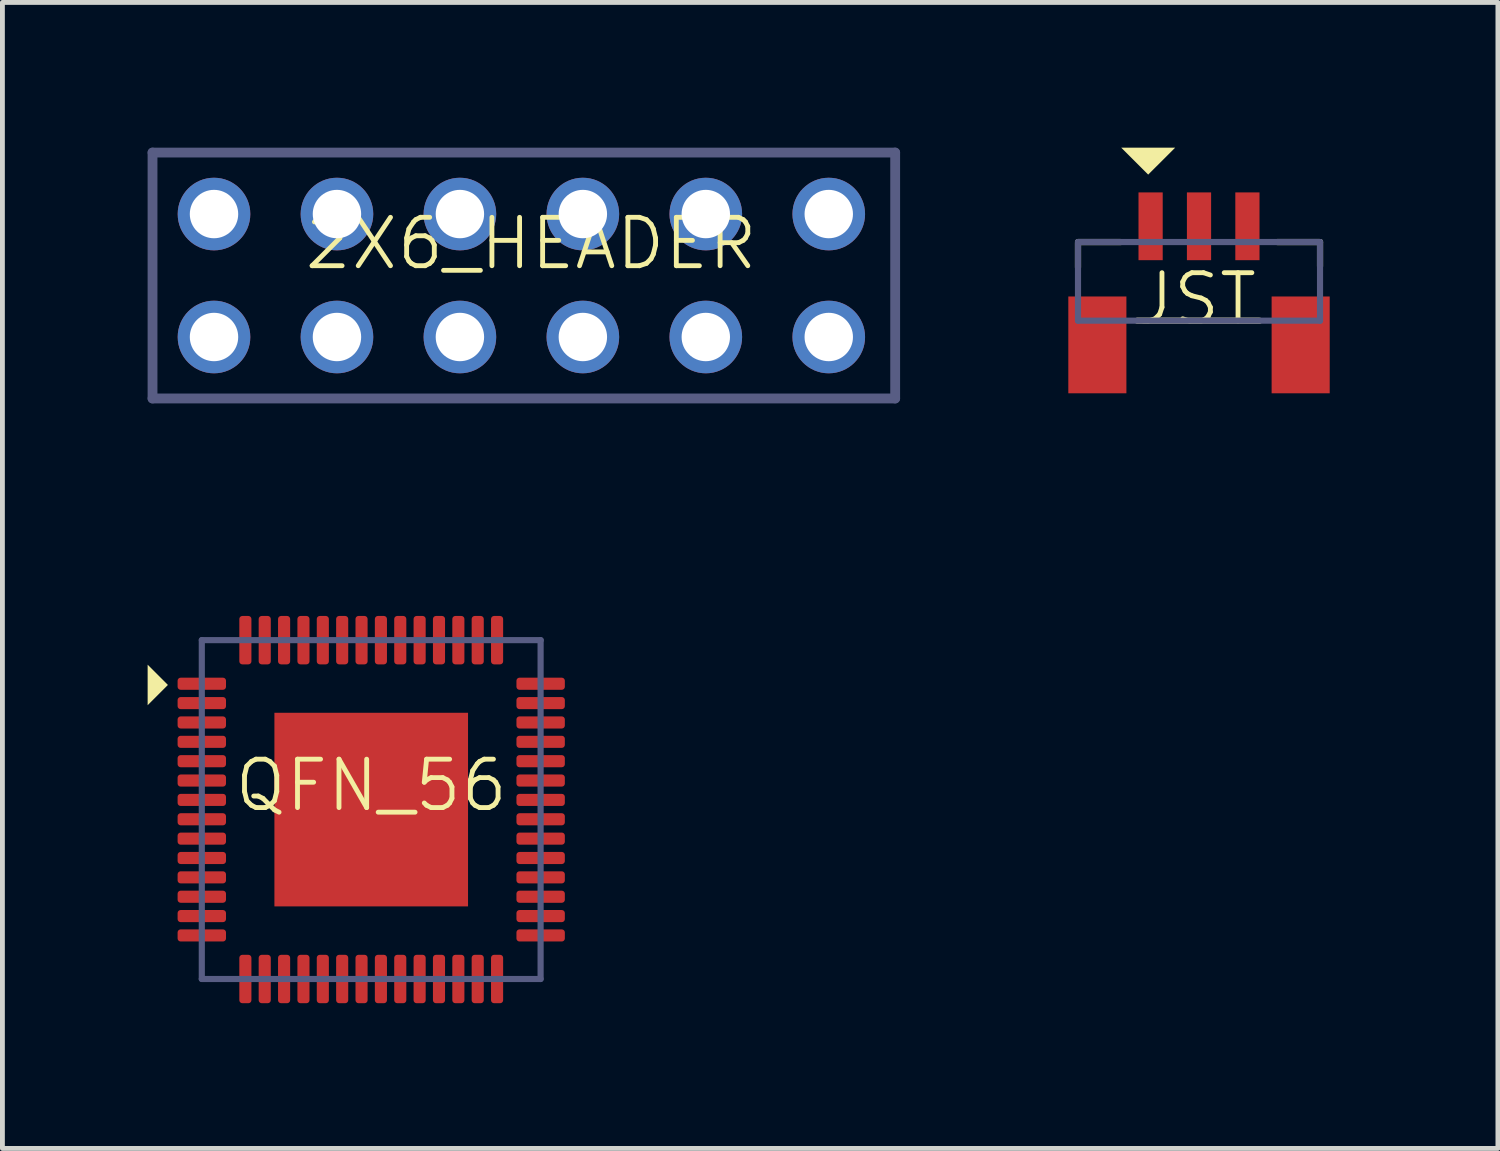
<source format=kicad_pcb>
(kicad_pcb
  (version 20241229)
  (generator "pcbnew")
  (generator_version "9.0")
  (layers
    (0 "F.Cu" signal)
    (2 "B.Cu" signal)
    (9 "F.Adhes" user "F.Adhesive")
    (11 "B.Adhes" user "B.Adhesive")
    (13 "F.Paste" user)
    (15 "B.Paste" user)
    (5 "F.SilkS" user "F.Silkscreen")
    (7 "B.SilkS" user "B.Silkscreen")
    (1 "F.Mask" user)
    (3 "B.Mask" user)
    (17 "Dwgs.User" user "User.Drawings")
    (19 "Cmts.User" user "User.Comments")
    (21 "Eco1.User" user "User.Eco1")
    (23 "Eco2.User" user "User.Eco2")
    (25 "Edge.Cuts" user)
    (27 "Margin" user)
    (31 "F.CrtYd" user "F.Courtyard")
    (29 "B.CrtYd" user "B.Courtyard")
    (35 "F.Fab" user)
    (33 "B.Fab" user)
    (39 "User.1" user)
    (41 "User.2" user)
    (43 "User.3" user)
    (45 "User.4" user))
  (footprint "2X6_HEADER"
    (layer "F.Cu")
    (at 7.922 2.492)
    (property "Reference" "2X6_HEADER" (at 0 -0.51 0) (unlocked yes) (layer "F.SilkS") (effects (font (size 1 1) (thickness 0.1))))
    (attr smd)
    (fp_line (start -7.821 -2.39) (end 7.521 -2.39) (stroke (width 0.203) (type solid)) (layer "B.Fab"))
    (fp_line (start -7.821 2.69) (end -7.821 -2.39) (stroke (width 0.203) (type solid)) (layer "B.Fab"))
    (fp_line (start -7.821 2.69) (end 7.521 2.69) (stroke (width 0.203) (type solid)) (layer "B.Fab"))
    (fp_line (start 7.521 2.69) (end 7.521 -2.39) (stroke (width 0.203) (type solid)) (layer "B.Fab"))
    (pad "1" thru_hole circle (at -6.551 1.42 180) (size 1.5 1.5) (drill 1) (layers "*.Cu" "*.Mask"))
    (pad "2" thru_hole circle (at -6.551 -1.12) (size 1.5 1.5) (drill 1) (layers "*.Cu" "*.Mask"))
    (pad "3" thru_hole circle (at -4.011 1.42) (size 1.5 1.5) (drill 1) (layers "*.Cu" "*.Mask"))
    (pad "4" thru_hole circle (at -4.011 -1.12) (size 1.5 1.5) (drill 1) (layers "*.Cu" "*.Mask"))
    (pad "5" thru_hole circle (at -1.471 1.42) (size 1.5 1.5) (drill 1) (layers "*.Cu" "*.Mask"))
    (pad "6" thru_hole circle (at -1.471 -1.12) (size 1.5 1.5) (drill 1) (layers "*.Cu" "*.Mask"))
    (pad "7" thru_hole circle (at 1.069 1.42 180) (size 1.5 1.5) (drill 1) (layers "*.Cu" "*.Mask"))
    (pad "8" thru_hole circle (at 1.069 -1.12) (size 1.5 1.5) (drill 1) (layers "*.Cu" "*.Mask"))
    (pad "9" thru_hole circle (at 3.609 1.42) (size 1.5 1.5) (drill 1) (layers "*.Cu" "*.Mask"))
    (pad "10" thru_hole circle (at 3.609 -1.12) (size 1.5 1.5) (drill 1) (layers "*.Cu" "*.Mask"))
    (pad "11" thru_hole circle (at 6.149 1.42) (size 1.5 1.5) (drill 1) (layers "*.Cu" "*.Mask"))
    (pad "12" thru_hole circle (at 6.149 -1.12) (size 1.5 1.5) (drill 1) (layers "*.Cu" "*.Mask")))
  (footprint "QFN_56"
    (layer "F.Cu")
    (at 4.62 13.676)
    (property "Reference" "QFN_56" (at 0 -0.5 0) (unlocked yes) (layer "F.SilkS") (effects (font (size 1 1) (thickness 0.1))))
    (attr smd)
    (fp_line (start -3.502 3.499) (end -3.502 2.828) (stroke (width 0.076) (type solid)) (layer "F.SilkS"))
    (fp_line (start -3.502 3.499) (end -3.501 3.498) (stroke (width 0.051) (type solid)) (layer "F.SilkS"))
    (fp_line (start -3.502 3.499) (end -2.84 3.499) (stroke (width 0.076) (type solid)) (layer "F.SilkS"))
    (fp_line (start -3.501 -3.502) (end -2.843 -3.502) (stroke (width 0.076) (type solid)) (layer "F.SilkS"))
    (fp_line (start -3.501 -2.836) (end -3.501 -3.502) (stroke (width 0.076) (type solid)) (layer "F.SilkS"))
    (fp_line (start 2.826 -3.5) (end 3.502 -3.5) (stroke (width 0.076) (type solid)) (layer "F.SilkS"))
    (fp_line (start 2.826 3.499) (end 3.498 3.499) (stroke (width 0.076) (type solid)) (layer "F.SilkS"))
    (fp_line (start 3.498 3.499) (end 3.498 3.499) (stroke (width 0.051) (type solid)) (layer "F.SilkS"))
    (fp_line (start 3.498 -3.499) (end 3.501 -3.502) (stroke (width 0.051) (type solid)) (layer "F.SilkS"))
    (fp_line (start 3.498 3.499) (end 3.498 2.826) (stroke (width 0.076) (type solid)) (layer "F.SilkS"))
    (fp_line (start 3.502 -2.841) (end 3.502 -3.5) (stroke (width 0.076) (type solid)) (layer "F.SilkS"))
    (fp_poly (pts (xy -4.201 -2.576) (xy -4.62 -2.157) (xy -4.62 -2.995)) (stroke (width 0) (type default)) (fill yes) (layer "F.SilkS"))
    (fp_line (start -3.502 3.499) (end 3.498 3.499) (stroke (width 0.127) (type solid)) (layer "B.Fab"))
    (fp_line (start -3.501 -3.502) (end 3.501 -3.502) (stroke (width 0.127) (type solid)) (layer "B.Fab"))
    (fp_line (start -3.501 3.498) (end -3.501 -3.502) (stroke (width 0.127) (type solid)) (layer "B.Fab"))
    (fp_line (start 3.498 3.499) (end 3.498 -3.499) (stroke (width 0.127) (type solid)) (layer "B.Fab"))
    (pad "1" smd roundrect (at -3.501 -2.601) (size 1 0.25) (layers "F.Cu" "F.Mask" "F.Paste") (roundrect_rratio 0.25))
    (pad "2" smd roundrect (at -3.501 -2.201) (size 1 0.25) (layers "F.Cu" "F.Mask" "F.Paste") (roundrect_rratio 0.25))
    (pad "3" smd roundrect (at -3.501 -1.801) (size 1 0.25) (layers "F.Cu" "F.Mask" "F.Paste") (roundrect_rratio 0.25))
    (pad "4" smd roundrect (at -3.501 -1.401) (size 1 0.25) (layers "F.Cu" "F.Mask" "F.Paste") (roundrect_rratio 0.25))
    (pad "5" smd roundrect (at -3.501 -1.001) (size 1 0.25) (layers "F.Cu" "F.Mask" "F.Paste") (roundrect_rratio 0.25))
    (pad "6" smd roundrect (at -3.501 -0.601) (size 1 0.25) (layers "F.Cu" "F.Mask" "F.Paste") (roundrect_rratio 0.25))
    (pad "7" smd roundrect (at -3.501 -0.201) (size 1 0.25) (layers "F.Cu" "F.Mask" "F.Paste") (roundrect_rratio 0.25))
    (pad "8" smd roundrect (at -3.501 0.199) (size 1 0.25) (layers "F.Cu" "F.Mask" "F.Paste") (roundrect_rratio 0.25))
    (pad "9" smd roundrect (at -3.501 0.599) (size 1 0.25) (layers "F.Cu" "F.Mask" "F.Paste") (roundrect_rratio 0.25))
    (pad "10" smd roundrect (at -3.501 0.999) (size 1 0.25) (layers "F.Cu" "F.Mask" "F.Paste") (roundrect_rratio 0.25))
    (pad "11" smd roundrect (at -3.501 1.399) (size 1 0.25) (layers "F.Cu" "F.Mask" "F.Paste") (roundrect_rratio 0.25))
    (pad "12" smd roundrect (at -3.501 1.799) (size 1 0.25) (layers "F.Cu" "F.Mask" "F.Paste") (roundrect_rratio 0.25))
    (pad "13" smd roundrect (at -3.501 2.199) (size 1 0.25) (layers "F.Cu" "F.Mask" "F.Paste") (roundrect_rratio 0.25))
    (pad "14" smd roundrect (at -3.501 2.599) (size 1 0.25) (layers "F.Cu" "F.Mask" "F.Paste") (roundrect_rratio 0.25))
    (pad "15" smd roundrect (at -2.601 3.499 90) (size 1 0.25) (layers "F.Cu" "F.Mask" "F.Paste") (roundrect_rratio 0.25))
    (pad "16" smd roundrect (at -2.201 3.499 90) (size 1 0.25) (layers "F.Cu" "F.Mask" "F.Paste") (roundrect_rratio 0.25))
    (pad "17" smd roundrect (at -1.801 3.499 90) (size 1 0.25) (layers "F.Cu" "F.Mask" "F.Paste") (roundrect_rratio 0.25))
    (pad "18" smd roundrect (at -1.401 3.499 90) (size 1 0.25) (layers "F.Cu" "F.Mask" "F.Paste") (roundrect_rratio 0.25))
    (pad "19" smd roundrect (at -1.001 3.499 90) (size 1 0.25) (layers "F.Cu" "F.Mask" "F.Paste") (roundrect_rratio 0.25))
    (pad "20" smd roundrect (at -0.601 3.499 90) (size 1 0.25) (layers "F.Cu" "F.Mask" "F.Paste") (roundrect_rratio 0.25))
    (pad "21" smd roundrect (at -0.201 3.499 90) (size 1 0.25) (layers "F.Cu" "F.Mask" "F.Paste") (roundrect_rratio 0.25))
    (pad "22" smd roundrect (at 0.199 3.499 90) (size 1 0.25) (layers "F.Cu" "F.Mask" "F.Paste") (roundrect_rratio 0.25))
    (pad "23" smd roundrect (at 0.599 3.499 90) (size 1 0.25) (layers "F.Cu" "F.Mask" "F.Paste") (roundrect_rratio 0.25))
    (pad "24" smd roundrect (at 0.999 3.499 90) (size 1 0.25) (layers "F.Cu" "F.Mask" "F.Paste") (roundrect_rratio 0.25))
    (pad "25" smd roundrect (at 1.399 3.499 90) (size 1 0.25) (layers "F.Cu" "F.Mask" "F.Paste") (roundrect_rratio 0.25))
    (pad "26" smd roundrect (at 1.799 3.499 90) (size 1 0.25) (layers "F.Cu" "F.Mask" "F.Paste") (roundrect_rratio 0.25))
    (pad "27" smd roundrect (at 2.199 3.499 90) (size 1 0.25) (layers "F.Cu" "F.Mask" "F.Paste") (roundrect_rratio 0.25))
    (pad "28" smd roundrect (at 2.599 3.499 90) (size 1 0.25) (layers "F.Cu" "F.Mask" "F.Paste") (roundrect_rratio 0.25))
    (pad "29" smd roundrect (at 3.499 2.599 180) (size 1 0.25) (layers "F.Cu" "F.Mask" "F.Paste") (roundrect_rratio 0.25))
    (pad "30" smd roundrect (at 3.499 2.199 180) (size 1 0.25) (layers "F.Cu" "F.Mask" "F.Paste") (roundrect_rratio 0.25))
    (pad "31" smd roundrect (at 3.499 1.799 180) (size 1 0.25) (layers "F.Cu" "F.Mask" "F.Paste") (roundrect_rratio 0.25))
    (pad "32" smd roundrect (at 3.499 1.399 180) (size 1 0.25) (layers "F.Cu" "F.Mask" "F.Paste") (roundrect_rratio 0.25))
    (pad "33" smd roundrect (at 3.499 0.999 180) (size 1 0.25) (layers "F.Cu" "F.Mask" "F.Paste") (roundrect_rratio 0.25))
    (pad "34" smd roundrect (at 3.499 0.599 180) (size 1 0.25) (layers "F.Cu" "F.Mask" "F.Paste") (roundrect_rratio 0.25))
    (pad "35" smd roundrect (at 3.499 0.199 180) (size 1 0.25) (layers "F.Cu" "F.Mask" "F.Paste") (roundrect_rratio 0.25))
    (pad "36" smd roundrect (at 3.499 -0.201 180) (size 1 0.25) (layers "F.Cu" "F.Mask" "F.Paste") (roundrect_rratio 0.25))
    (pad "37" smd roundrect (at 3.499 -0.601 180) (size 1 0.25) (layers "F.Cu" "F.Mask" "F.Paste") (roundrect_rratio 0.25))
    (pad "38" smd roundrect (at 3.499 -1.001 180) (size 1 0.25) (layers "F.Cu" "F.Mask" "F.Paste") (roundrect_rratio 0.25))
    (pad "39" smd roundrect (at 3.499 -1.401 180) (size 1 0.25) (layers "F.Cu" "F.Mask" "F.Paste") (roundrect_rratio 0.25))
    (pad "40" smd roundrect (at 3.499 -1.801 180) (size 1 0.25) (layers "F.Cu" "F.Mask" "F.Paste") (roundrect_rratio 0.25))
    (pad "41" smd roundrect (at 3.499 -2.201 180) (size 1 0.25) (layers "F.Cu" "F.Mask" "F.Paste") (roundrect_rratio 0.25))
    (pad "42" smd roundrect (at 3.499 -2.601 180) (size 1 0.25) (layers "F.Cu" "F.Mask" "F.Paste") (roundrect_rratio 0.25))
    (pad "43" smd roundrect (at 2.599 -3.501 270) (size 1 0.25) (layers "F.Cu" "F.Mask" "F.Paste") (roundrect_rratio 0.25))
    (pad "44" smd roundrect (at 2.199 -3.501 270) (size 1 0.25) (layers "F.Cu" "F.Mask" "F.Paste") (roundrect_rratio 0.25))
    (pad "45" smd roundrect (at 1.799 -3.501 270) (size 1 0.25) (layers "F.Cu" "F.Mask" "F.Paste") (roundrect_rratio 0.25))
    (pad "46" smd roundrect (at 1.399 -3.501 270) (size 1 0.25) (layers "F.Cu" "F.Mask" "F.Paste") (roundrect_rratio 0.25))
    (pad "47" smd roundrect (at 0.999 -3.501 270) (size 1 0.25) (layers "F.Cu" "F.Mask" "F.Paste") (roundrect_rratio 0.25))
    (pad "48" smd roundrect (at 0.599 -3.501 270) (size 1 0.25) (layers "F.Cu" "F.Mask" "F.Paste") (roundrect_rratio 0.25))
    (pad "49" smd roundrect (at 0.199 -3.501 270) (size 1 0.25) (layers "F.Cu" "F.Mask" "F.Paste") (roundrect_rratio 0.25))
    (pad "50" smd roundrect (at -0.201 -3.501 270) (size 1 0.25) (layers "F.Cu" "F.Mask" "F.Paste") (roundrect_rratio 0.25))
    (pad "51" smd roundrect (at -0.601 -3.501 270) (size 1 0.25) (layers "F.Cu" "F.Mask" "F.Paste") (roundrect_rratio 0.25))
    (pad "52" smd roundrect (at -1.001 -3.501 270) (size 1 0.25) (layers "F.Cu" "F.Mask" "F.Paste") (roundrect_rratio 0.25))
    (pad "53" smd roundrect (at -1.401 -3.501 270) (size 1 0.25) (layers "F.Cu" "F.Mask" "F.Paste") (roundrect_rratio 0.25))
    (pad "54" smd roundrect (at -1.801 -3.501 270) (size 1 0.25) (layers "F.Cu" "F.Mask" "F.Paste") (roundrect_rratio 0.25))
    (pad "55" smd roundrect (at -2.201 -3.501 270) (size 1 0.25) (layers "F.Cu" "F.Mask" "F.Paste") (roundrect_rratio 0.25))
    (pad "56" smd roundrect (at -2.601 -3.501 270) (size 1 0.25) (layers "F.Cu" "F.Mask" "F.Paste") (roundrect_rratio 0.25))
    (pad "57" smd rect (at -0.001 -0.001) (size 4 4) (layers "F.Cu" "F.Mask" "F.Paste")))
  (footprint "JST"
    (layer "F.Cu")
    (at 21.669 3.626)
    (property "Reference" "JST" (at 0 -0.5 0) (unlocked yes) (layer "F.SilkS") (effects (font (size 1 1) (thickness 0.1))))
    (attr smd)
    (fp_line (start -2.449 -1.676) (end -1.564 -1.676) (stroke (width 0.127) (type solid)) (layer "F.SilkS"))
    (fp_line (start -2.449 -1.151) (end -2.449 -1.651) (stroke (width 0.127) (type solid)) (layer "F.SilkS"))
    (fp_line (start -1.224 -0.051) (end 1.301 -0.051) (stroke (width 0.127) (type solid)) (layer "F.SilkS"))
    (fp_line (start 1.666 -1.676) (end 2.551 -1.676) (stroke (width 0.127) (type solid)) (layer "F.SilkS"))
    (fp_line (start 2.551 -1.176) (end 2.551 -1.676) (stroke (width 0.127) (type solid)) (layer "F.SilkS"))
    (fp_poly (pts (xy -1.557 -3.626) (xy -0.999 -3.069) (xy -0.441 -3.626)) (stroke (width 0) (type default)) (fill yes) (layer "F.SilkS"))
    (fp_line (start -2.449 -1.676) (end 2.551 -1.676) (stroke (width 0.127) (type solid)) (layer "B.Fab"))
    (fp_line (start -2.449 -0.051) (end -2.449 -1.676) (stroke (width 0.127) (type solid)) (layer "B.Fab"))
    (fp_line (start -2.449 -0.051) (end 2.551 -0.051) (stroke (width 0.127) (type solid)) (layer "B.Fab"))
    (fp_line (start 2.551 -0.051) (end 2.551 -1.676) (stroke (width 0.127) (type solid)) (layer "B.Fab"))
    (fp_line (start -3.099 -3.026) (end 3.201 -3.026) (stroke (width 0.05) (type solid)) (layer "User.13"))
    (fp_line (start -3.099 3.024) (end -3.099 -3.026) (stroke (width 0.05) (type solid)) (layer "User.13"))
    (fp_line (start -3.099 3.024) (end 3.201 3.024) (stroke (width 0.05) (type solid)) (layer "User.13"))
    (fp_line (start 3.201 3.024) (end 3.201 -3.026) (stroke (width 0.05) (type solid)) (layer "User.13"))
    (pad "1" smd rect (at -0.949 -2.001 90) (size 1.4 0.5) (layers "F.Cu" "F.Mask" "F.Paste"))
    (pad "2" smd rect (at 0.051 -2.001 90) (size 1.4 0.5) (layers "F.Cu" "F.Mask" "F.Paste"))
    (pad "3" smd rect (at 1.051 -2.001 90) (size 1.4 0.5) (layers "F.Cu" "F.Mask" "F.Paste"))
    (pad "4" smd rect (at -2.049 0.449 180) (size 1.2 2) (layers "F.Cu" "F.Mask" "F.Paste"))
    (pad "5" smd rect (at 2.151 0.449 180) (size 1.2 2) (layers "F.Cu" "F.Mask" "F.Paste")))
  (gr_rect
    (start -3 -3)
    (end 27.895 20.675)
    (stroke (width 0.1) (type default))
    (fill no)
    (layer "Edge.Cuts")))
</source>
